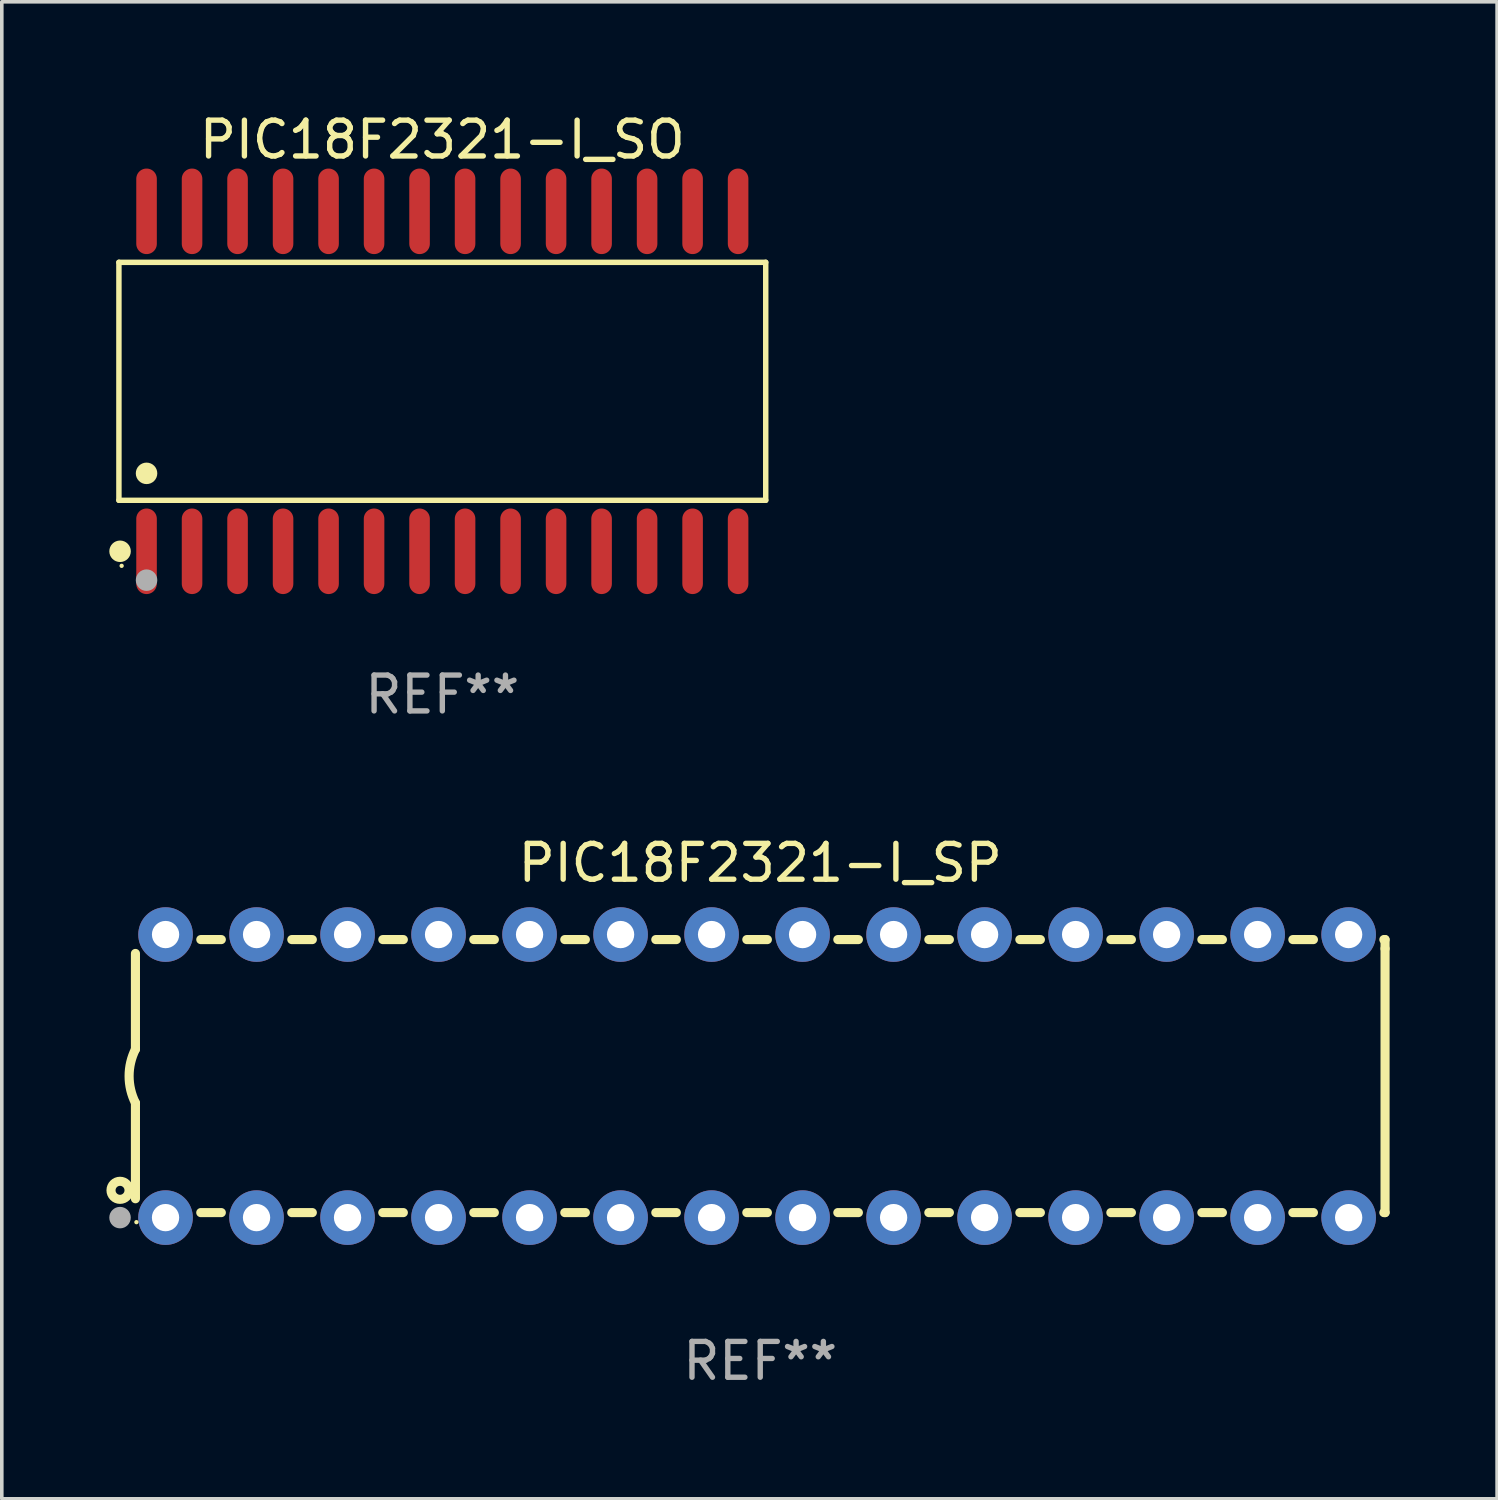
<source format=kicad_pcb>
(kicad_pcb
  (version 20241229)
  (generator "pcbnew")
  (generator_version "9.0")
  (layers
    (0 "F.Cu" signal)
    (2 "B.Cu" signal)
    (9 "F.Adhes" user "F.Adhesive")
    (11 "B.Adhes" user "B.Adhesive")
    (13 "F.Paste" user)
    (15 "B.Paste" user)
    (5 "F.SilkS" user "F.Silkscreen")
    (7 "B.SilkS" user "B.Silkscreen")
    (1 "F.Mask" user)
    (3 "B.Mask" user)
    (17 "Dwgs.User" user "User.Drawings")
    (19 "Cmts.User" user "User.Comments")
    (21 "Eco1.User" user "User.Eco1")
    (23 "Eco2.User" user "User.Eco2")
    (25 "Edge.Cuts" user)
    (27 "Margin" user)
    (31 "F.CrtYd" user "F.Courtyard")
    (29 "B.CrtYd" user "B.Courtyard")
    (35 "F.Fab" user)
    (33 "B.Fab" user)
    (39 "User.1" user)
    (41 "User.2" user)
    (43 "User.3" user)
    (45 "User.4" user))
  (footprint "PIC18F2321-I_SP"
    (layer "F.Cu")
    (at 18.168 26.983)
    (property "Reference" "PIC18F2321-I_SP" (at 0 -5.95 0) (layer "F.SilkS") (effects (font (size 1 1) (thickness 0.15))))
    (attr through_hole)
    (fp_line (start -17.438 0.75) (end -17.438 3.423) (stroke (width 0.254) (type solid)) (layer "F.SilkS"))
    (fp_line (start -17.438 -3.423) (end -17.438 -0.75) (stroke (width 0.254) (type solid)) (layer "F.SilkS"))
    (fp_line (start -15.615 3.81) (end -15.041 3.81) (stroke (width 0.254) (type solid)) (layer "F.SilkS"))
    (fp_line (start -15.041 -3.81) (end -15.614 -3.81) (stroke (width 0.254) (type solid)) (layer "F.SilkS"))
    (fp_line (start -13.075 3.81) (end -12.501 3.81) (stroke (width 0.254) (type solid)) (layer "F.SilkS"))
    (fp_line (start -12.501 -3.81) (end -13.074 -3.81) (stroke (width 0.254) (type solid)) (layer "F.SilkS"))
    (fp_line (start -10.535 3.81) (end -9.961 3.81) (stroke (width 0.254) (type solid)) (layer "F.SilkS"))
    (fp_line (start -9.961 -3.81) (end -10.534 -3.81) (stroke (width 0.254) (type solid)) (layer "F.SilkS"))
    (fp_line (start -7.995 3.81) (end -7.421 3.81) (stroke (width 0.254) (type solid)) (layer "F.SilkS"))
    (fp_line (start -7.421 -3.81) (end -7.995 -3.81) (stroke (width 0.254) (type solid)) (layer "F.SilkS"))
    (fp_line (start -5.455 3.81) (end -4.881 3.81) (stroke (width 0.254) (type solid)) (layer "F.SilkS"))
    (fp_line (start -4.881 -3.81) (end -5.455 -3.81) (stroke (width 0.254) (type solid)) (layer "F.SilkS"))
    (fp_line (start -2.915 3.81) (end -2.341 3.81) (stroke (width 0.254) (type solid)) (layer "F.SilkS"))
    (fp_line (start -2.341 -3.81) (end -2.915 -3.81) (stroke (width 0.254) (type solid)) (layer "F.SilkS"))
    (fp_line (start -0.375 3.81) (end 0.199 3.81) (stroke (width 0.254) (type solid)) (layer "F.SilkS"))
    (fp_line (start 0.199 -3.81) (end -0.375 -3.81) (stroke (width 0.254) (type solid)) (layer "F.SilkS"))
    (fp_line (start 2.165 3.81) (end 2.739 3.81) (stroke (width 0.254) (type solid)) (layer "F.SilkS"))
    (fp_line (start 2.739 -3.81) (end 2.165 -3.81) (stroke (width 0.254) (type solid)) (layer "F.SilkS"))
    (fp_line (start 4.705 3.81) (end 5.279 3.81) (stroke (width 0.254) (type solid)) (layer "F.SilkS"))
    (fp_line (start 5.279 -3.81) (end 4.705 -3.81) (stroke (width 0.254) (type solid)) (layer "F.SilkS"))
    (fp_line (start 7.245 3.81) (end 7.819 3.81) (stroke (width 0.254) (type solid)) (layer "F.SilkS"))
    (fp_line (start 7.819 -3.81) (end 7.245 -3.81) (stroke (width 0.254) (type solid)) (layer "F.SilkS"))
    (fp_line (start 9.785 3.81) (end 10.359 3.81) (stroke (width 0.254) (type solid)) (layer "F.SilkS"))
    (fp_line (start 10.359 -3.81) (end 9.785 -3.81) (stroke (width 0.254) (type solid)) (layer "F.SilkS"))
    (fp_line (start 12.325 3.81) (end 12.899 3.81) (stroke (width 0.254) (type solid)) (layer "F.SilkS"))
    (fp_line (start 12.899 -3.81) (end 12.325 -3.81) (stroke (width 0.254) (type solid)) (layer "F.SilkS"))
    (fp_line (start 14.865 3.81) (end 15.439 3.81) (stroke (width 0.254) (type solid)) (layer "F.SilkS"))
    (fp_line (start 15.439 -3.81) (end 14.865 -3.81) (stroke (width 0.254) (type solid)) (layer "F.SilkS"))
    (fp_line (start 17.405 3.81) (end 17.438 3.81) (stroke (width 0.254) (type solid)) (layer "F.SilkS"))
    (fp_line (start 17.438 -3.81) (end 17.405 -3.81) (stroke (width 0.254) (type solid)) (layer "F.SilkS"))
    (fp_line (start 17.438 -3.556) (end 17.438 -3.81) (stroke (width 0.254) (type solid)) (layer "F.SilkS"))
    (fp_line (start 17.438 3.81) (end 17.438 -3.556) (stroke (width 0.254) (type solid)) (layer "F.SilkS"))
    (fp_arc (start -17.437986 0.749657) (mid -17.614887 -0.000024) (end -17.437783 -0.749657) (stroke (width 0.254001) (type solid)) (layer "F.SilkS"))
    (fp_circle (center -17.868 3.188) (end -17.743 3.188) (stroke (width 0.254) (type solid)) (fill no) (layer "F.SilkS"))
    (fp_circle (center -17.411 4.077) (end -17.381 4.077) (stroke (width 0.06) (type solid)) (fill no) (layer "F.SilkS"))
    (fp_circle (center -17.868 3.95) (end -17.718 3.95) (stroke (width 0.3) (type solid)) (fill no) (layer "F.Fab"))
    (fp_text user "REF**" (at 0 7.95 0) (layer "F.Fab") (effects (font (size 1 1) (thickness 0.15))))
    (pad "1" thru_hole circle (at -16.598 3.95) (size 1.524 1.524) (drill 0.762) (layers "*.Cu" "*.Mask"))
    (pad "2" thru_hole circle (at -14.058 3.95) (size 1.524 1.524) (drill 0.762) (layers "*.Cu" "*.Mask"))
    (pad "3" thru_hole circle (at -11.518 3.95) (size 1.524 1.524) (drill 0.762) (layers "*.Cu" "*.Mask"))
    (pad "4" thru_hole circle (at -8.978 3.95) (size 1.524 1.524) (drill 0.762) (layers "*.Cu" "*.Mask"))
    (pad "5" thru_hole circle (at -6.438 3.95) (size 1.524 1.524) (drill 0.762) (layers "*.Cu" "*.Mask"))
    (pad "6" thru_hole circle (at -3.898 3.95) (size 1.524 1.524) (drill 0.762) (layers "*.Cu" "*.Mask"))
    (pad "7" thru_hole circle (at -1.358 3.95) (size 1.524 1.524) (drill 0.762) (layers "*.Cu" "*.Mask"))
    (pad "8" thru_hole circle (at 1.182 3.95) (size 1.524 1.524) (drill 0.762) (layers "*.Cu" "*.Mask"))
    (pad "9" thru_hole circle (at 3.722 3.95) (size 1.524 1.524) (drill 0.762) (layers "*.Cu" "*.Mask"))
    (pad "10" thru_hole circle (at 6.262 3.95) (size 1.524 1.524) (drill 0.762) (layers "*.Cu" "*.Mask"))
    (pad "11" thru_hole circle (at 8.802 3.95) (size 1.524 1.524) (drill 0.762) (layers "*.Cu" "*.Mask"))
    (pad "12" thru_hole circle (at 11.342 3.95) (size 1.524 1.524) (drill 0.762) (layers "*.Cu" "*.Mask"))
    (pad "13" thru_hole circle (at 13.882 3.95) (size 1.524 1.524) (drill 0.762) (layers "*.Cu" "*.Mask"))
    (pad "14" thru_hole circle (at 16.422 3.95) (size 1.524 1.524) (drill 0.762) (layers "*.Cu" "*.Mask"))
    (pad "15" thru_hole circle (at 16.422 -3.95) (size 1.524 1.524) (drill 0.762) (layers "*.Cu" "*.Mask"))
    (pad "16" thru_hole circle (at 13.882 -3.95) (size 1.524 1.524) (drill 0.762) (layers "*.Cu" "*.Mask"))
    (pad "17" thru_hole circle (at 11.342 -3.95) (size 1.524 1.524) (drill 0.762) (layers "*.Cu" "*.Mask"))
    (pad "18" thru_hole circle (at 8.802 -3.95) (size 1.524 1.524) (drill 0.762) (layers "*.Cu" "*.Mask"))
    (pad "19" thru_hole circle (at 6.262 -3.95) (size 1.524 1.524) (drill 0.762) (layers "*.Cu" "*.Mask"))
    (pad "20" thru_hole circle (at 3.722 -3.95) (size 1.524 1.524) (drill 0.762) (layers "*.Cu" "*.Mask"))
    (pad "21" thru_hole circle (at 1.182 -3.95) (size 1.524 1.524) (drill 0.762) (layers "*.Cu" "*.Mask"))
    (pad "22" thru_hole circle (at -1.358 -3.95) (size 1.524 1.524) (drill 0.762) (layers "*.Cu" "*.Mask"))
    (pad "23" thru_hole circle (at -3.898 -3.95) (size 1.524 1.524) (drill 0.762) (layers "*.Cu" "*.Mask"))
    (pad "24" thru_hole circle (at -6.438 -3.95) (size 1.524 1.524) (drill 0.762) (layers "*.Cu" "*.Mask"))
    (pad "25" thru_hole circle (at -8.978 -3.95) (size 1.524 1.524) (drill 0.762) (layers "*.Cu" "*.Mask"))
    (pad "26" thru_hole circle (at -11.517 -3.95) (size 1.524 1.524) (drill 0.762) (layers "*.Cu" "*.Mask"))
    (pad "27" thru_hole circle (at -14.057 -3.95) (size 1.524 1.524) (drill 0.762) (layers "*.Cu" "*.Mask"))
    (pad "28" thru_hole circle (at -16.597 -3.95) (size 1.524 1.524) (drill 0.762) (layers "*.Cu" "*.Mask")))
  (footprint "PIC18F2321-I_SO"
    (layer "F.Cu")
    (at 9.295 7.592)
    (property "Reference" "PIC18F2321-I_SO" (at 0 -6.744 0) (layer "F.SilkS") (effects (font (size 1 1) (thickness 0.15))))
    (attr through_hole)
    (fp_line (start -9.026 -3.321) (end 9.026 -3.321) (stroke (width 0.152) (type solid)) (layer "F.SilkS"))
    (fp_line (start -9.026 3.321) (end -9.026 -3.321) (stroke (width 0.152) (type solid)) (layer "F.SilkS"))
    (fp_line (start 9.026 -3.321) (end 9.026 3.321) (stroke (width 0.152) (type solid)) (layer "F.SilkS"))
    (fp_line (start 9.026 3.321) (end -9.026 3.321) (stroke (width 0.152) (type solid)) (layer "F.SilkS"))
    (fp_circle (center -8.994 4.744) (end -8.844 4.744) (stroke (width 0.3) (type solid)) (fill no) (layer "F.SilkS"))
    (fp_circle (center -8.95 5.15) (end -8.92 5.15) (stroke (width 0.06) (type solid)) (fill no) (layer "F.SilkS"))
    (fp_circle (center -8.255 2.569) (end -8.105 2.569) (stroke (width 0.3) (type solid)) (fill no) (layer "F.SilkS"))
    (fp_circle (center -8.255 5.55) (end -8.105 5.55) (stroke (width 0.3) (type solid)) (fill no) (layer "F.Fab"))
    (fp_text user "REF**" (at 0 8.744 0) (layer "F.Fab") (effects (font (size 1 1) (thickness 0.15))))
    (pad "1" smd oval (at -8.255 4.744) (size 0.574 2.388) (layers "F.Cu" "F.Mask" "F.Paste"))
    (pad "2" smd oval (at -6.985 4.744) (size 0.574 2.388) (layers "F.Cu" "F.Mask" "F.Paste"))
    (pad "3" smd oval (at -5.715 4.744) (size 0.574 2.388) (layers "F.Cu" "F.Mask" "F.Paste"))
    (pad "4" smd oval (at -4.445 4.744) (size 0.574 2.388) (layers "F.Cu" "F.Mask" "F.Paste"))
    (pad "5" smd oval (at -3.175 4.744) (size 0.574 2.388) (layers "F.Cu" "F.Mask" "F.Paste"))
    (pad "6" smd oval (at -1.905 4.744) (size 0.574 2.388) (layers "F.Cu" "F.Mask" "F.Paste"))
    (pad "7" smd oval (at -0.635 4.744) (size 0.574 2.388) (layers "F.Cu" "F.Mask" "F.Paste"))
    (pad "8" smd oval (at 0.635 4.744) (size 0.574 2.388) (layers "F.Cu" "F.Mask" "F.Paste"))
    (pad "9" smd oval (at 1.905 4.744) (size 0.574 2.388) (layers "F.Cu" "F.Mask" "F.Paste"))
    (pad "10" smd oval (at 3.175 4.744) (size 0.574 2.388) (layers "F.Cu" "F.Mask" "F.Paste"))
    (pad "11" smd oval (at 4.445 4.744) (size 0.574 2.388) (layers "F.Cu" "F.Mask" "F.Paste"))
    (pad "12" smd oval (at 5.715 4.744) (size 0.574 2.388) (layers "F.Cu" "F.Mask" "F.Paste"))
    (pad "13" smd oval (at 6.985 4.744) (size 0.574 2.388) (layers "F.Cu" "F.Mask" "F.Paste"))
    (pad "14" smd oval (at 8.255 4.744) (size 0.574 2.388) (layers "F.Cu" "F.Mask" "F.Paste"))
    (pad "15" smd oval (at 8.255 -4.744) (size 0.574 2.388) (layers "F.Cu" "F.Mask" "F.Paste"))
    (pad "16" smd oval (at 6.985 -4.744) (size 0.574 2.388) (layers "F.Cu" "F.Mask" "F.Paste"))
    (pad "17" smd oval (at 5.715 -4.744) (size 0.574 2.388) (layers "F.Cu" "F.Mask" "F.Paste"))
    (pad "18" smd oval (at 4.445 -4.744) (size 0.574 2.388) (layers "F.Cu" "F.Mask" "F.Paste"))
    (pad "19" smd oval (at 3.175 -4.744) (size 0.574 2.388) (layers "F.Cu" "F.Mask" "F.Paste"))
    (pad "20" smd oval (at 1.905 -4.744) (size 0.574 2.388) (layers "F.Cu" "F.Mask" "F.Paste"))
    (pad "21" smd oval (at 0.635 -4.744) (size 0.574 2.388) (layers "F.Cu" "F.Mask" "F.Paste"))
    (pad "22" smd oval (at -0.635 -4.744) (size 0.574 2.388) (layers "F.Cu" "F.Mask" "F.Paste"))
    (pad "23" smd oval (at -1.905 -4.744) (size 0.574 2.388) (layers "F.Cu" "F.Mask" "F.Paste"))
    (pad "24" smd oval (at -3.175 -4.744) (size 0.574 2.388) (layers "F.Cu" "F.Mask" "F.Paste"))
    (pad "25" smd oval (at -4.445 -4.744) (size 0.574 2.388) (layers "F.Cu" "F.Mask" "F.Paste"))
    (pad "26" smd oval (at -5.715 -4.744) (size 0.574 2.388) (layers "F.Cu" "F.Mask" "F.Paste"))
    (pad "27" smd oval (at -6.985 -4.744) (size 0.574 2.388) (layers "F.Cu" "F.Mask" "F.Paste"))
    (pad "28" smd oval (at -8.255 -4.744) (size 0.574 2.388) (layers "F.Cu" "F.Mask" "F.Paste")))
  (gr_rect
    (start -3 -3)
    (end 38.733 38.781)
    (stroke (width 0.1) (type default))
    (fill no)
    (layer "Edge.Cuts")))
</source>
